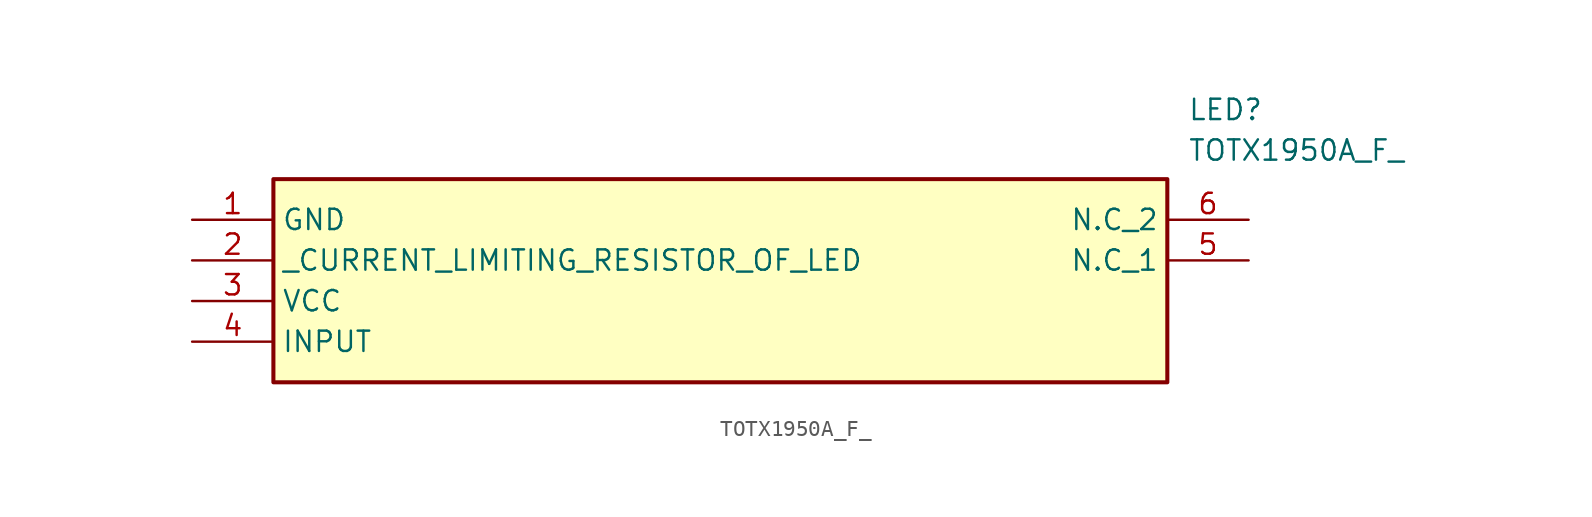
<source format=kicad_sym>
(kicad_symbol_lib
  (version 20211014)
  (generator SamacSys_ECAD_Model)
  (symbol "TOTX1950A_F_"
    (property "Reference" "LED"
      (at 62.23 7.62 0)
      (effects (font (size 1.27 1.27)) (justify left top)))
    (property "Value" "TOTX1950A_F_"
      (at 62.23 5.08 0)
      (effects (font (size 1.27 1.27)) (justify left top)))
    (rectangle
      (start 5.08 2.54)
      (end 60.96 -10.16)
      (stroke (width 0.254) (type default))
      (fill (type background)))
    (pin passive line
      (at 0 0 0)
      (length 5.08)
      (name "GND" (effects (font (size 1.27 1.27))))
      (number "1" (effects (font (size 1.27 1.27)))))
    (pin passive line
      (at 0 -2.54 0)
      (length 5.08)
      (name "_CURRENT_LIMITING_RESISTOR_OF_LED" (effects (font (size 1.27 1.27))))
      (number "2" (effects (font (size 1.27 1.27)))))
    (pin passive line
      (at 0 -5.08 0)
      (length 5.08)
      (name "VCC" (effects (font (size 1.27 1.27))))
      (number "3" (effects (font (size 1.27 1.27)))))
    (pin passive line
      (at 0 -7.62 0)
      (length 5.08)
      (name "INPUT" (effects (font (size 1.27 1.27))))
      (number "4" (effects (font (size 1.27 1.27)))))
    (pin passive line
      (at 66.04 -2.54 180)
      (length 5.08)
      (name "N.C_1" (effects (font (size 1.27 1.27))))
      (number "5" (effects (font (size 1.27 1.27)))))
    (pin passive line
      (at 66.04 0 180)
      (length 5.08)
      (name "N.C_2" (effects (font (size 1.27 1.27))))
      (number "6" (effects (font (size 1.27 1.27)))))))
</source>
